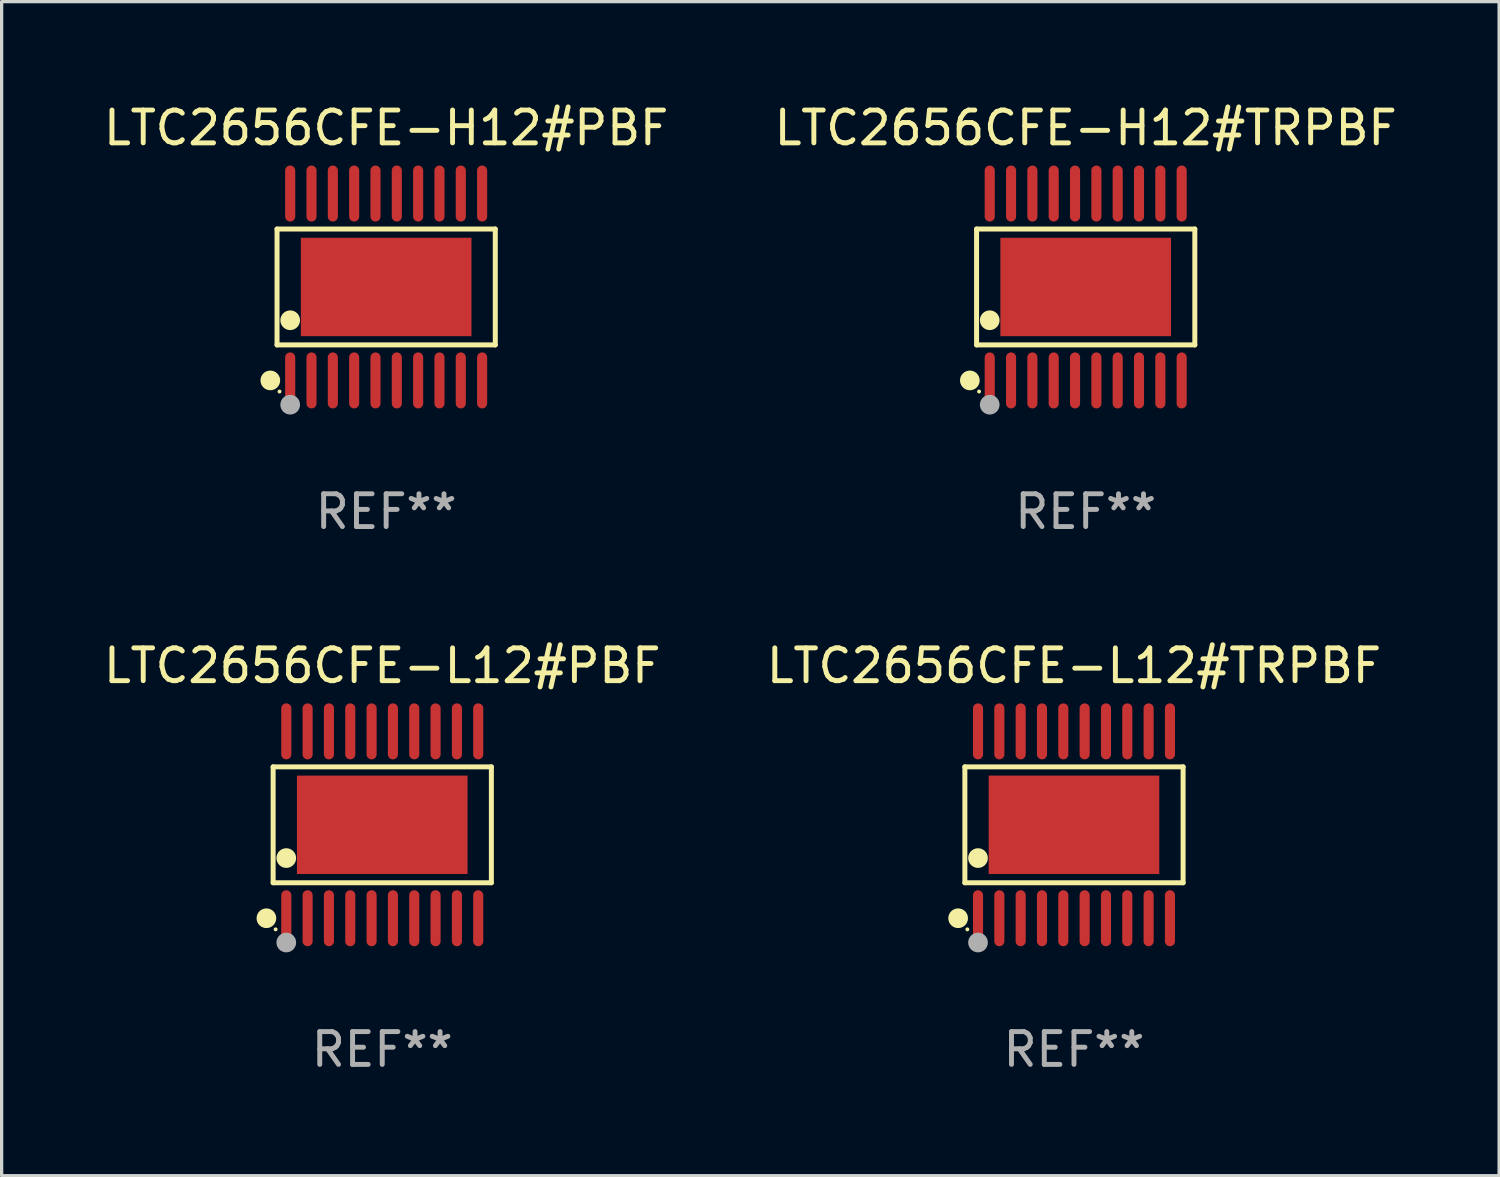
<source format=kicad_pcb>
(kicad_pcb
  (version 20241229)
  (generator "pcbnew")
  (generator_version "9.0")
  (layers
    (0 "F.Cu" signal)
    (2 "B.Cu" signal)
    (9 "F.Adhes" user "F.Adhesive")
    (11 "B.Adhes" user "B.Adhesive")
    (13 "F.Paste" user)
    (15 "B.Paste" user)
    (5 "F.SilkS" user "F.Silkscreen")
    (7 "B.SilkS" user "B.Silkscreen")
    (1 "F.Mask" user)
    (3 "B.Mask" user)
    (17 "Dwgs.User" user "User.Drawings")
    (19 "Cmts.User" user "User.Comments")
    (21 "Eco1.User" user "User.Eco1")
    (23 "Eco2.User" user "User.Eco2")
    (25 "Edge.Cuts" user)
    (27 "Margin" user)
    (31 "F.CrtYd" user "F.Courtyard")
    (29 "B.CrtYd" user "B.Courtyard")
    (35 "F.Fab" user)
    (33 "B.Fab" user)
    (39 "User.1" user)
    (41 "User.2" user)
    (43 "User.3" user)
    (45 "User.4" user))
  (footprint "LTC2656CFE-H12#TRPBF"
    (layer "F.Cu")
    (at 30.042 5.697)
    (property "Reference" "LTC2656CFE-H12#TRPBF" (at 0 -4.848 0) (layer "F.SilkS") (effects (font (size 1 1) (thickness 0.15))))
    (attr through_hole)
    (fp_line (start -3.326 -1.766) (end 3.326 -1.766) (stroke (width 0.152) (type solid)) (layer "F.SilkS"))
    (fp_line (start -3.326 1.766) (end -3.326 -1.766) (stroke (width 0.152) (type solid)) (layer "F.SilkS"))
    (fp_line (start 3.326 -1.766) (end 3.326 1.766) (stroke (width 0.152) (type solid)) (layer "F.SilkS"))
    (fp_line (start 3.326 1.766) (end -3.326 1.766) (stroke (width 0.152) (type solid)) (layer "F.SilkS"))
    (fp_circle (center -3.531 2.848) (end -3.381 2.848) (stroke (width 0.3) (type solid)) (fill no) (layer "F.SilkS"))
    (fp_circle (center -3.25 3.187) (end -3.22 3.187) (stroke (width 0.06) (type solid)) (fill no) (layer "F.SilkS"))
    (fp_circle (center -2.925 1.014) (end -2.775 1.014) (stroke (width 0.3) (type solid)) (fill no) (layer "F.SilkS"))
    (fp_circle (center -2.925 3.588) (end -2.775 3.588) (stroke (width 0.3) (type solid)) (fill no) (layer "F.Fab"))
    (fp_text user "REF**" (at 0 6.848 0) (layer "F.Fab") (effects (font (size 1 1) (thickness 0.15))))
    (pad "1" smd oval (at -2.925 2.848) (size 0.308 1.707) (layers "F.Cu" "F.Mask" "F.Paste"))
    (pad "2" smd oval (at -2.275 2.848) (size 0.308 1.707) (layers "F.Cu" "F.Mask" "F.Paste"))
    (pad "3" smd oval (at -1.625 2.848) (size 0.308 1.707) (layers "F.Cu" "F.Mask" "F.Paste"))
    (pad "4" smd oval (at -0.975 2.848) (size 0.308 1.707) (layers "F.Cu" "F.Mask" "F.Paste"))
    (pad "5" smd oval (at -0.325 2.848) (size 0.308 1.707) (layers "F.Cu" "F.Mask" "F.Paste"))
    (pad "6" smd oval (at 0.325 2.848) (size 0.308 1.707) (layers "F.Cu" "F.Mask" "F.Paste"))
    (pad "7" smd oval (at 0.975 2.848) (size 0.308 1.707) (layers "F.Cu" "F.Mask" "F.Paste"))
    (pad "8" smd oval (at 1.625 2.848) (size 0.308 1.707) (layers "F.Cu" "F.Mask" "F.Paste"))
    (pad "9" smd oval (at 2.275 2.848) (size 0.308 1.707) (layers "F.Cu" "F.Mask" "F.Paste"))
    (pad "10" smd oval (at 2.925 2.848) (size 0.308 1.707) (layers "F.Cu" "F.Mask" "F.Paste"))
    (pad "11" smd oval (at 2.925 -2.848) (size 0.308 1.707) (layers "F.Cu" "F.Mask" "F.Paste"))
    (pad "12" smd oval (at 2.275 -2.848) (size 0.308 1.707) (layers "F.Cu" "F.Mask" "F.Paste"))
    (pad "13" smd oval (at 1.625 -2.848) (size 0.308 1.707) (layers "F.Cu" "F.Mask" "F.Paste"))
    (pad "14" smd oval (at 0.975 -2.848) (size 0.308 1.707) (layers "F.Cu" "F.Mask" "F.Paste"))
    (pad "15" smd oval (at 0.325 -2.848) (size 0.308 1.707) (layers "F.Cu" "F.Mask" "F.Paste"))
    (pad "16" smd oval (at -0.325 -2.848) (size 0.308 1.707) (layers "F.Cu" "F.Mask" "F.Paste"))
    (pad "17" smd oval (at -0.975 -2.848) (size 0.308 1.707) (layers "F.Cu" "F.Mask" "F.Paste"))
    (pad "18" smd oval (at -1.625 -2.848) (size 0.308 1.707) (layers "F.Cu" "F.Mask" "F.Paste"))
    (pad "19" smd oval (at -2.275 -2.848) (size 0.308 1.707) (layers "F.Cu" "F.Mask" "F.Paste"))
    (pad "20" smd oval (at -2.925 -2.848) (size 0.308 1.707) (layers "F.Cu" "F.Mask" "F.Paste"))
    (pad "21" smd rect (at 0 0) (size 5.2 3) (layers "F.Cu" "F.Mask" "F.Paste")))
  (footprint "LTC2656CFE-L12#PBF"
    (layer "F.Cu")
    (at 8.601 22.09)
    (property "Reference" "LTC2656CFE-L12#PBF" (at 0 -4.848 0) (layer "F.SilkS") (effects (font (size 1 1) (thickness 0.15))))
    (attr through_hole)
    (fp_line (start -3.326 -1.766) (end 3.326 -1.766) (stroke (width 0.152) (type solid)) (layer "F.SilkS"))
    (fp_line (start -3.326 1.766) (end -3.326 -1.766) (stroke (width 0.152) (type solid)) (layer "F.SilkS"))
    (fp_line (start 3.326 -1.766) (end 3.326 1.766) (stroke (width 0.152) (type solid)) (layer "F.SilkS"))
    (fp_line (start 3.326 1.766) (end -3.326 1.766) (stroke (width 0.152) (type solid)) (layer "F.SilkS"))
    (fp_circle (center -3.531 2.848) (end -3.381 2.848) (stroke (width 0.3) (type solid)) (fill no) (layer "F.SilkS"))
    (fp_circle (center -3.25 3.187) (end -3.22 3.187) (stroke (width 0.06) (type solid)) (fill no) (layer "F.SilkS"))
    (fp_circle (center -2.925 1.014) (end -2.775 1.014) (stroke (width 0.3) (type solid)) (fill no) (layer "F.SilkS"))
    (fp_circle (center -2.925 3.588) (end -2.775 3.588) (stroke (width 0.3) (type solid)) (fill no) (layer "F.Fab"))
    (fp_text user "REF**" (at 0 6.848 0) (layer "F.Fab") (effects (font (size 1 1) (thickness 0.15))))
    (pad "1" smd oval (at -2.925 2.848) (size 0.308 1.707) (layers "F.Cu" "F.Mask" "F.Paste"))
    (pad "2" smd oval (at -2.275 2.848) (size 0.308 1.707) (layers "F.Cu" "F.Mask" "F.Paste"))
    (pad "3" smd oval (at -1.625 2.848) (size 0.308 1.707) (layers "F.Cu" "F.Mask" "F.Paste"))
    (pad "4" smd oval (at -0.975 2.848) (size 0.308 1.707) (layers "F.Cu" "F.Mask" "F.Paste"))
    (pad "5" smd oval (at -0.325 2.848) (size 0.308 1.707) (layers "F.Cu" "F.Mask" "F.Paste"))
    (pad "6" smd oval (at 0.325 2.848) (size 0.308 1.707) (layers "F.Cu" "F.Mask" "F.Paste"))
    (pad "7" smd oval (at 0.975 2.848) (size 0.308 1.707) (layers "F.Cu" "F.Mask" "F.Paste"))
    (pad "8" smd oval (at 1.625 2.848) (size 0.308 1.707) (layers "F.Cu" "F.Mask" "F.Paste"))
    (pad "9" smd oval (at 2.275 2.848) (size 0.308 1.707) (layers "F.Cu" "F.Mask" "F.Paste"))
    (pad "10" smd oval (at 2.925 2.848) (size 0.308 1.707) (layers "F.Cu" "F.Mask" "F.Paste"))
    (pad "11" smd oval (at 2.925 -2.848) (size 0.308 1.707) (layers "F.Cu" "F.Mask" "F.Paste"))
    (pad "12" smd oval (at 2.275 -2.848) (size 0.308 1.707) (layers "F.Cu" "F.Mask" "F.Paste"))
    (pad "13" smd oval (at 1.625 -2.848) (size 0.308 1.707) (layers "F.Cu" "F.Mask" "F.Paste"))
    (pad "14" smd oval (at 0.975 -2.848) (size 0.308 1.707) (layers "F.Cu" "F.Mask" "F.Paste"))
    (pad "15" smd oval (at 0.325 -2.848) (size 0.308 1.707) (layers "F.Cu" "F.Mask" "F.Paste"))
    (pad "16" smd oval (at -0.325 -2.848) (size 0.308 1.707) (layers "F.Cu" "F.Mask" "F.Paste"))
    (pad "17" smd oval (at -0.975 -2.848) (size 0.308 1.707) (layers "F.Cu" "F.Mask" "F.Paste"))
    (pad "18" smd oval (at -1.625 -2.848) (size 0.308 1.707) (layers "F.Cu" "F.Mask" "F.Paste"))
    (pad "19" smd oval (at -2.275 -2.848) (size 0.308 1.707) (layers "F.Cu" "F.Mask" "F.Paste"))
    (pad "20" smd oval (at -2.925 -2.848) (size 0.308 1.707) (layers "F.Cu" "F.Mask" "F.Paste"))
    (pad "21" smd rect (at 0 0) (size 5.2 3) (layers "F.Cu" "F.Mask" "F.Paste")))
  (footprint "LTC2656CFE-H12#PBF"
    (layer "F.Cu")
    (at 8.72 5.697)
    (property "Reference" "LTC2656CFE-H12#PBF" (at 0 -4.848 0) (layer "F.SilkS") (effects (font (size 1 1) (thickness 0.15))))
    (attr through_hole)
    (fp_line (start -3.326 -1.766) (end 3.326 -1.766) (stroke (width 0.152) (type solid)) (layer "F.SilkS"))
    (fp_line (start -3.326 1.766) (end -3.326 -1.766) (stroke (width 0.152) (type solid)) (layer "F.SilkS"))
    (fp_line (start 3.326 -1.766) (end 3.326 1.766) (stroke (width 0.152) (type solid)) (layer "F.SilkS"))
    (fp_line (start 3.326 1.766) (end -3.326 1.766) (stroke (width 0.152) (type solid)) (layer "F.SilkS"))
    (fp_circle (center -3.531 2.848) (end -3.381 2.848) (stroke (width 0.3) (type solid)) (fill no) (layer "F.SilkS"))
    (fp_circle (center -3.25 3.187) (end -3.22 3.187) (stroke (width 0.06) (type solid)) (fill no) (layer "F.SilkS"))
    (fp_circle (center -2.925 1.014) (end -2.775 1.014) (stroke (width 0.3) (type solid)) (fill no) (layer "F.SilkS"))
    (fp_circle (center -2.925 3.588) (end -2.775 3.588) (stroke (width 0.3) (type solid)) (fill no) (layer "F.Fab"))
    (fp_text user "REF**" (at 0 6.848 0) (layer "F.Fab") (effects (font (size 1 1) (thickness 0.15))))
    (pad "1" smd oval (at -2.925 2.848) (size 0.308 1.707) (layers "F.Cu" "F.Mask" "F.Paste"))
    (pad "2" smd oval (at -2.275 2.848) (size 0.308 1.707) (layers "F.Cu" "F.Mask" "F.Paste"))
    (pad "3" smd oval (at -1.625 2.848) (size 0.308 1.707) (layers "F.Cu" "F.Mask" "F.Paste"))
    (pad "4" smd oval (at -0.975 2.848) (size 0.308 1.707) (layers "F.Cu" "F.Mask" "F.Paste"))
    (pad "5" smd oval (at -0.325 2.848) (size 0.308 1.707) (layers "F.Cu" "F.Mask" "F.Paste"))
    (pad "6" smd oval (at 0.325 2.848) (size 0.308 1.707) (layers "F.Cu" "F.Mask" "F.Paste"))
    (pad "7" smd oval (at 0.975 2.848) (size 0.308 1.707) (layers "F.Cu" "F.Mask" "F.Paste"))
    (pad "8" smd oval (at 1.625 2.848) (size 0.308 1.707) (layers "F.Cu" "F.Mask" "F.Paste"))
    (pad "9" smd oval (at 2.275 2.848) (size 0.308 1.707) (layers "F.Cu" "F.Mask" "F.Paste"))
    (pad "10" smd oval (at 2.925 2.848) (size 0.308 1.707) (layers "F.Cu" "F.Mask" "F.Paste"))
    (pad "11" smd oval (at 2.925 -2.848) (size 0.308 1.707) (layers "F.Cu" "F.Mask" "F.Paste"))
    (pad "12" smd oval (at 2.275 -2.848) (size 0.308 1.707) (layers "F.Cu" "F.Mask" "F.Paste"))
    (pad "13" smd oval (at 1.625 -2.848) (size 0.308 1.707) (layers "F.Cu" "F.Mask" "F.Paste"))
    (pad "14" smd oval (at 0.975 -2.848) (size 0.308 1.707) (layers "F.Cu" "F.Mask" "F.Paste"))
    (pad "15" smd oval (at 0.325 -2.848) (size 0.308 1.707) (layers "F.Cu" "F.Mask" "F.Paste"))
    (pad "16" smd oval (at -0.325 -2.848) (size 0.308 1.707) (layers "F.Cu" "F.Mask" "F.Paste"))
    (pad "17" smd oval (at -0.975 -2.848) (size 0.308 1.707) (layers "F.Cu" "F.Mask" "F.Paste"))
    (pad "18" smd oval (at -1.625 -2.848) (size 0.308 1.707) (layers "F.Cu" "F.Mask" "F.Paste"))
    (pad "19" smd oval (at -2.275 -2.848) (size 0.308 1.707) (layers "F.Cu" "F.Mask" "F.Paste"))
    (pad "20" smd oval (at -2.925 -2.848) (size 0.308 1.707) (layers "F.Cu" "F.Mask" "F.Paste"))
    (pad "21" smd rect (at 0 0) (size 5.2 3) (layers "F.Cu" "F.Mask" "F.Paste")))
  (footprint "LTC2656CFE-L12#TRPBF"
    (layer "F.Cu")
    (at 29.685 22.09)
    (property "Reference" "LTC2656CFE-L12#TRPBF" (at 0 -4.848 0) (layer "F.SilkS") (effects (font (size 1 1) (thickness 0.15))))
    (attr through_hole)
    (fp_line (start -3.326 -1.766) (end 3.326 -1.766) (stroke (width 0.152) (type solid)) (layer "F.SilkS"))
    (fp_line (start -3.326 1.766) (end -3.326 -1.766) (stroke (width 0.152) (type solid)) (layer "F.SilkS"))
    (fp_line (start 3.326 -1.766) (end 3.326 1.766) (stroke (width 0.152) (type solid)) (layer "F.SilkS"))
    (fp_line (start 3.326 1.766) (end -3.326 1.766) (stroke (width 0.152) (type solid)) (layer "F.SilkS"))
    (fp_circle (center -3.531 2.848) (end -3.381 2.848) (stroke (width 0.3) (type solid)) (fill no) (layer "F.SilkS"))
    (fp_circle (center -3.25 3.187) (end -3.22 3.187) (stroke (width 0.06) (type solid)) (fill no) (layer "F.SilkS"))
    (fp_circle (center -2.925 1.014) (end -2.775 1.014) (stroke (width 0.3) (type solid)) (fill no) (layer "F.SilkS"))
    (fp_circle (center -2.925 3.588) (end -2.775 3.588) (stroke (width 0.3) (type solid)) (fill no) (layer "F.Fab"))
    (fp_text user "REF**" (at 0 6.848 0) (layer "F.Fab") (effects (font (size 1 1) (thickness 0.15))))
    (pad "1" smd oval (at -2.925 2.848) (size 0.308 1.707) (layers "F.Cu" "F.Mask" "F.Paste"))
    (pad "2" smd oval (at -2.275 2.848) (size 0.308 1.707) (layers "F.Cu" "F.Mask" "F.Paste"))
    (pad "3" smd oval (at -1.625 2.848) (size 0.308 1.707) (layers "F.Cu" "F.Mask" "F.Paste"))
    (pad "4" smd oval (at -0.975 2.848) (size 0.308 1.707) (layers "F.Cu" "F.Mask" "F.Paste"))
    (pad "5" smd oval (at -0.325 2.848) (size 0.308 1.707) (layers "F.Cu" "F.Mask" "F.Paste"))
    (pad "6" smd oval (at 0.325 2.848) (size 0.308 1.707) (layers "F.Cu" "F.Mask" "F.Paste"))
    (pad "7" smd oval (at 0.975 2.848) (size 0.308 1.707) (layers "F.Cu" "F.Mask" "F.Paste"))
    (pad "8" smd oval (at 1.625 2.848) (size 0.308 1.707) (layers "F.Cu" "F.Mask" "F.Paste"))
    (pad "9" smd oval (at 2.275 2.848) (size 0.308 1.707) (layers "F.Cu" "F.Mask" "F.Paste"))
    (pad "10" smd oval (at 2.925 2.848) (size 0.308 1.707) (layers "F.Cu" "F.Mask" "F.Paste"))
    (pad "11" smd oval (at 2.925 -2.848) (size 0.308 1.707) (layers "F.Cu" "F.Mask" "F.Paste"))
    (pad "12" smd oval (at 2.275 -2.848) (size 0.308 1.707) (layers "F.Cu" "F.Mask" "F.Paste"))
    (pad "13" smd oval (at 1.625 -2.848) (size 0.308 1.707) (layers "F.Cu" "F.Mask" "F.Paste"))
    (pad "14" smd oval (at 0.975 -2.848) (size 0.308 1.707) (layers "F.Cu" "F.Mask" "F.Paste"))
    (pad "15" smd oval (at 0.325 -2.848) (size 0.308 1.707) (layers "F.Cu" "F.Mask" "F.Paste"))
    (pad "16" smd oval (at -0.325 -2.848) (size 0.308 1.707) (layers "F.Cu" "F.Mask" "F.Paste"))
    (pad "17" smd oval (at -0.975 -2.848) (size 0.308 1.707) (layers "F.Cu" "F.Mask" "F.Paste"))
    (pad "18" smd oval (at -1.625 -2.848) (size 0.308 1.707) (layers "F.Cu" "F.Mask" "F.Paste"))
    (pad "19" smd oval (at -2.275 -2.848) (size 0.308 1.707) (layers "F.Cu" "F.Mask" "F.Paste"))
    (pad "20" smd oval (at -2.925 -2.848) (size 0.308 1.707) (layers "F.Cu" "F.Mask" "F.Paste"))
    (pad "21" smd rect (at 0 0) (size 5.2 3) (layers "F.Cu" "F.Mask" "F.Paste")))
  (gr_rect
    (start -3 -3)
    (end 42.643 32.786)
    (stroke (width 0.1) (type default))
    (fill no)
    (layer "Edge.Cuts")))
</source>
